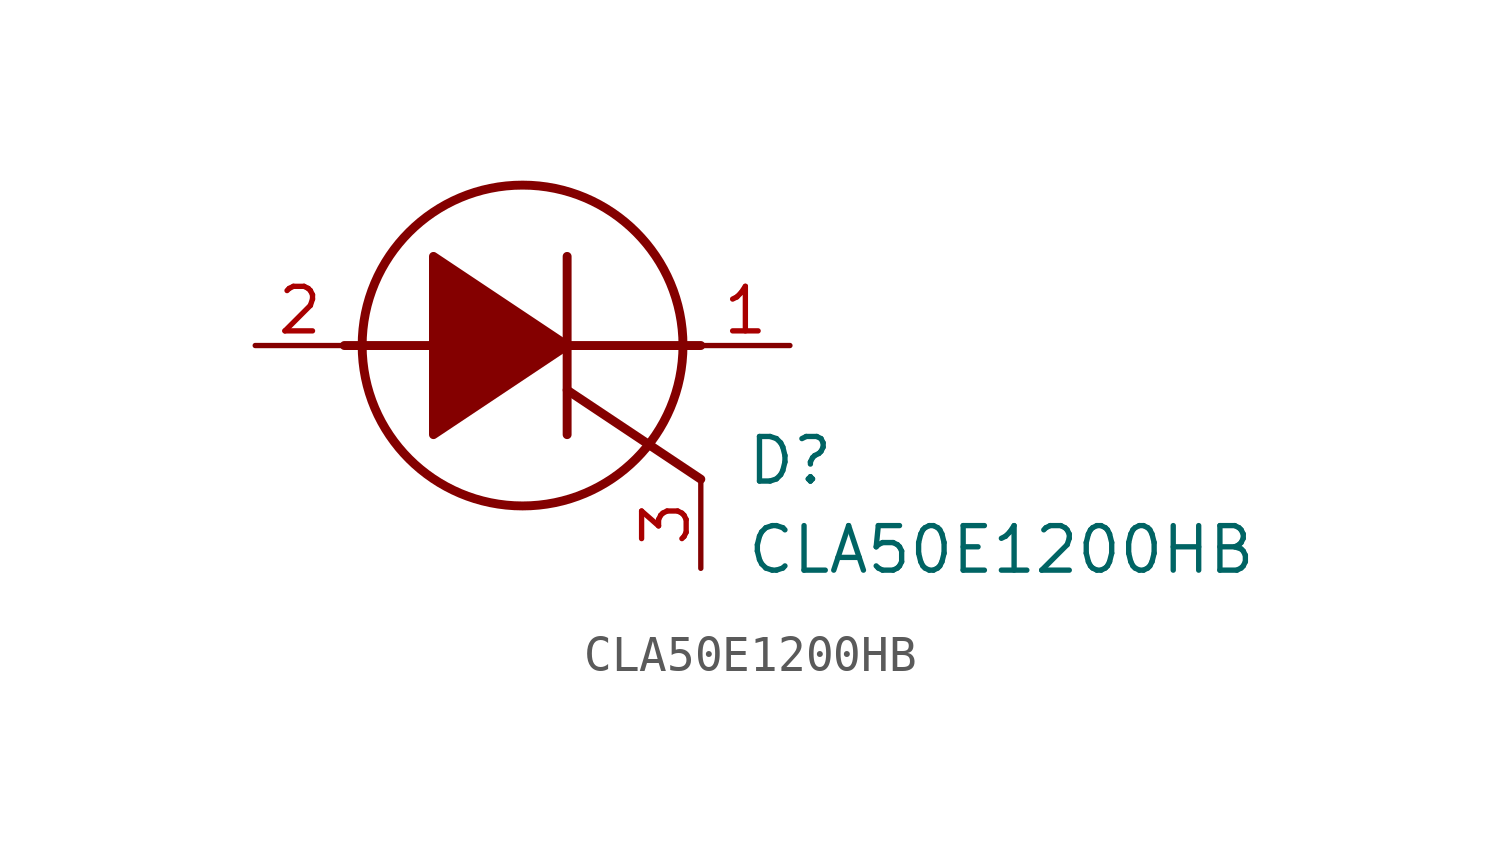
<source format=kicad_sym>
(kicad_symbol_lib
  (version 20211014)
  (generator SamacSys_ECAD_Model)
  (symbol "CLA50E1200HB"
    (pin_names hide)
    (property "Reference" "D"
      (at 13.97 -2.54 0)
      (effects (font (size 1.27 1.27)) (justify left top)))
    (property "Value" "CLA50E1200HB"
      (at 13.97 -5.08 0)
      (effects (font (size 1.27 1.27)) (justify left top)))
    (polyline
      (pts (xy 8.89 0) (xy 12.7 0))
      (stroke (width 0.254) (type default))
      (fill (type none)))
    (polyline
      (pts (xy 8.89 -1.27) (xy 12.7 -3.81))
      (stroke (width 0.254) (type default))
      (fill (type none)))
    (polyline
      (pts (xy 8.89 -2.54) (xy 8.89 2.54))
      (stroke (width 0.254) (type default))
      (fill (type none)))
    (polyline
      (pts (xy 2.54 0) (xy 5.08 0))
      (stroke (width 0.254) (type default))
      (fill (type none)))
    (circle
      (center 7.62 0)
      (radius 4.572)
      (stroke (width 0.254) (type default))
      (fill (type none)))
    (polyline
      (pts (xy 8.89 0) (xy 5.08 2.54) (xy 5.08 -2.54) (xy 8.89 0))
      (stroke (width 0.254) (type default))
      (fill (type outline)))
    (pin passive line
      (at 0 0 0)
      (length 2.54)
      (name "A" (effects (font (size 1.27 1.27))))
      (number "2" (effects (font (size 1.27 1.27)))))
    (pin passive line
      (at 15.24 0 180)
      (length 2.54)
      (name "K" (effects (font (size 1.27 1.27))))
      (number "1" (effects (font (size 1.27 1.27)))))
    (pin passive line
      (at 12.7 -6.35 90)
      (length 2.54)
      (name "G" (effects (font (size 1.27 1.27))))
      (number "3" (effects (font (size 1.27 1.27)))))))
</source>
